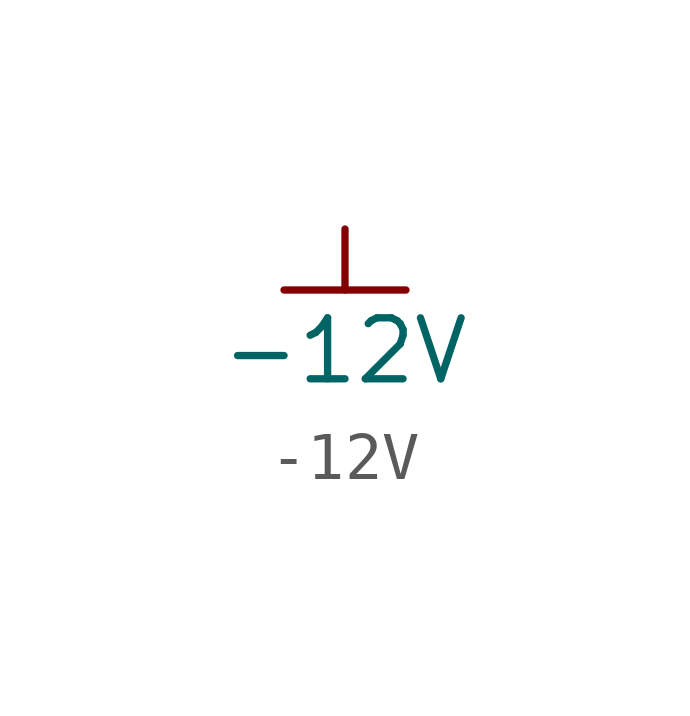
<source format=kicad_sym>
(kicad_symbol_lib
  (version 20211014)
  (generator kicad_symbol_editor)
  (symbol "-12V"
    (pin_names
      (offset 0))
    (property "Reference" "#PWR"
      (at 0 2.54 0)
      (effects (font (size 1.27 1.27)) hide))
    (property "Value" "-12V"
      (at 0 -2.54 0)
      (effects (font (size 1.27 1.27))))
    (property "Footprint" ""
      (at 0 0 0)
      (effects (font (size 1.27 1.27))))
    (property "Datasheet" ""
      (at 0 0 0)
      (effects (font (size 1.27 1.27))))
    (symbol "-12V_0_0"
      (pin power_in line (at 0 0 90) (length 0) hide (name "-12V" (effects (font (size 1.27 1.27)))) (number "1" (effects (font (size 1.27 1.27))))))
    (symbol "-12V_0_1"
      (polyline (pts (xy -1.27 -1.27) (xy 1.27 -1.27)) (stroke (width 0) (type default) (color 0 0 0 0)) (fill (type none)))
      (polyline (pts (xy 0 0) (xy 0 -1.27)) (stroke (width 0) (type default) (color 0 0 0 0)) (fill (type none))))))
</source>
